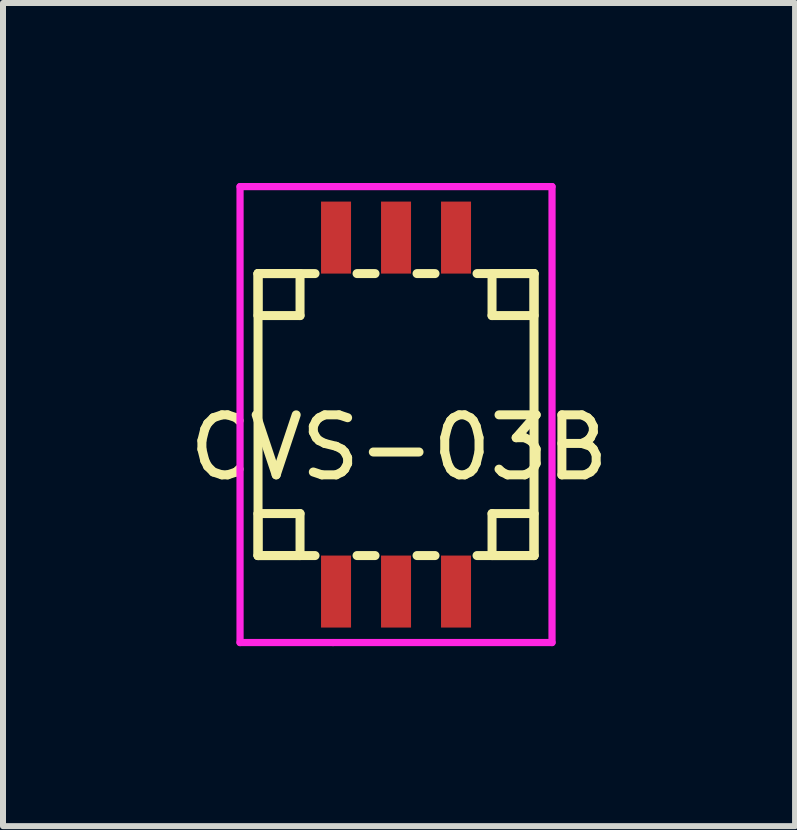
<source format=kicad_pcb>
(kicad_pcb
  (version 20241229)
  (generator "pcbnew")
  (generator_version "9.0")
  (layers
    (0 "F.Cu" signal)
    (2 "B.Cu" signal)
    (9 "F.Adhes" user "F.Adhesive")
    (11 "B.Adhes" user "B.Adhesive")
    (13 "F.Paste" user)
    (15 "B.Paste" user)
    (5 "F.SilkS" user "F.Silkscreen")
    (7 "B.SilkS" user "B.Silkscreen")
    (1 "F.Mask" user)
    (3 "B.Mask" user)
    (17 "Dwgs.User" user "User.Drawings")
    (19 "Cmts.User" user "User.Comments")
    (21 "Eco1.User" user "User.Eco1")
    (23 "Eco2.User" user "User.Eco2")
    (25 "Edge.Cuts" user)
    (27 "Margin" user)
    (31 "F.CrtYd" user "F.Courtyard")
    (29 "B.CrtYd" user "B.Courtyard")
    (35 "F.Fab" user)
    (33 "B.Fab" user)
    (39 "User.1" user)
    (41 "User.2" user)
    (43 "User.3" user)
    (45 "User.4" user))
  (footprint "CVS-03B"
    (layer "F.Cu")
    (at 3.551 3.86)
    (property "Reference" "CVS-03B" (at 0.05 0.55 0) (layer "F.SilkS") (effects (font (size 1 1) (thickness 0.15))))
    (attr through_hole)
    (fp_line (start -2.3 -2.35) (end -1.6 -2.35) (stroke (width 0.15) (type solid)) (layer "F.SilkS"))
    (fp_line (start -2.3 -1.65) (end -2.3 -2.35) (stroke (width 0.15) (type solid)) (layer "F.SilkS"))
    (fp_line (start -2.3 1.65) (end -2.3 2.35) (stroke (width 0.15) (type solid)) (layer "F.SilkS"))
    (fp_line (start -2.3 2.35) (end -2.3 -2.35) (stroke (width 0.15) (type solid)) (layer "F.SilkS"))
    (fp_line (start -2.3 2.35) (end -1.6 2.35) (stroke (width 0.15) (type solid)) (layer "F.SilkS"))
    (fp_line (start -1.6 -2.35) (end -1.6 -1.65) (stroke (width 0.15) (type solid)) (layer "F.SilkS"))
    (fp_line (start -1.6 -1.65) (end -2.3 -1.65) (stroke (width 0.15) (type solid)) (layer "F.SilkS"))
    (fp_line (start -1.6 1.65) (end -2.3 1.65) (stroke (width 0.15) (type solid)) (layer "F.SilkS"))
    (fp_line (start -1.6 2.35) (end -1.6 1.65) (stroke (width 0.15) (type solid)) (layer "F.SilkS"))
    (fp_line (start -1.35 -2.35) (end -2.3 -2.35) (stroke (width 0.15) (type solid)) (layer "F.SilkS"))
    (fp_line (start -1.35 2.35) (end -2.3 2.35) (stroke (width 0.15) (type solid)) (layer "F.SilkS"))
    (fp_line (start -0.65 -2.35) (end -0.35 -2.35) (stroke (width 0.15) (type solid)) (layer "F.SilkS"))
    (fp_line (start -0.65 2.35) (end -0.35 2.35) (stroke (width 0.15) (type solid)) (layer "F.SilkS"))
    (fp_line (start 0.35 -2.35) (end 0.65 -2.35) (stroke (width 0.15) (type solid)) (layer "F.SilkS"))
    (fp_line (start 0.35 2.35) (end 0.65 2.35) (stroke (width 0.15) (type solid)) (layer "F.SilkS"))
    (fp_line (start 1.35 -2.35) (end 2.3 -2.35) (stroke (width 0.15) (type solid)) (layer "F.SilkS"))
    (fp_line (start 1.35 2.35) (end 2.3 2.35) (stroke (width 0.15) (type solid)) (layer "F.SilkS"))
    (fp_line (start 1.6 -2.35) (end 2.3 -2.35) (stroke (width 0.15) (type solid)) (layer "F.SilkS"))
    (fp_line (start 1.6 -1.65) (end 1.6 -2.35) (stroke (width 0.15) (type solid)) (layer "F.SilkS"))
    (fp_line (start 1.6 1.65) (end 2.3 1.65) (stroke (width 0.15) (type solid)) (layer "F.SilkS"))
    (fp_line (start 1.6 2.35) (end 1.6 1.65) (stroke (width 0.15) (type solid)) (layer "F.SilkS"))
    (fp_line (start 2.3 -2.35) (end 2.3 -1.65) (stroke (width 0.15) (type solid)) (layer "F.SilkS"))
    (fp_line (start 2.3 -2.35) (end 2.3 2.35) (stroke (width 0.15) (type solid)) (layer "F.SilkS"))
    (fp_line (start 2.3 -1.65) (end 1.6 -1.65) (stroke (width 0.15) (type solid)) (layer "F.SilkS"))
    (fp_line (start 2.3 1.65) (end 2.3 2.35) (stroke (width 0.15) (type solid)) (layer "F.SilkS"))
    (fp_line (start 2.3 2.35) (end 1.6 2.35) (stroke (width 0.15) (type solid)) (layer "F.SilkS"))
    (fp_line (start -2.6 -3.8) (end -2.6 3.8) (stroke (width 0.12) (type solid)) (layer "F.CrtYd"))
    (fp_line (start -2.6 3.8) (end -1.05 3.8) (stroke (width 0.12) (type solid)) (layer "F.CrtYd"))
    (fp_line (start -1.05 3.8) (end 2.6 3.8) (stroke (width 0.12) (type solid)) (layer "F.CrtYd"))
    (fp_line (start 2.6 -3.8) (end -2.6 -3.8) (stroke (width 0.12) (type solid)) (layer "F.CrtYd"))
    (fp_line (start 2.6 3.8) (end 2.6 -3.8) (stroke (width 0.12) (type solid)) (layer "F.CrtYd"))
    (pad "1" smd rect (at -1 2.95) (size 0.5 1.2) (layers "F.Cu" "F.Mask" "F.Paste"))
    (pad "2" smd rect (at 0 2.95) (size 0.5 1.2) (layers "F.Cu" "F.Mask" "F.Paste"))
    (pad "3" smd rect (at 1 2.95) (size 0.5 1.2) (layers "F.Cu" "F.Mask" "F.Paste"))
    (pad "4" smd rect (at 1 -2.95) (size 0.5 1.2) (layers "F.Cu" "F.Mask" "F.Paste"))
    (pad "5" smd rect (at 0 -2.95) (size 0.5 1.2) (layers "F.Cu" "F.Mask" "F.Paste"))
    (pad "6" smd rect (at -1 -2.95) (size 0.5 1.2) (layers "F.Cu" "F.Mask" "F.Paste")))
  (gr_rect
    (start -3 -3)
    (end 10.202 10.72)
    (stroke (width 0.1) (type default))
    (fill no)
    (layer "Edge.Cuts")))
</source>
